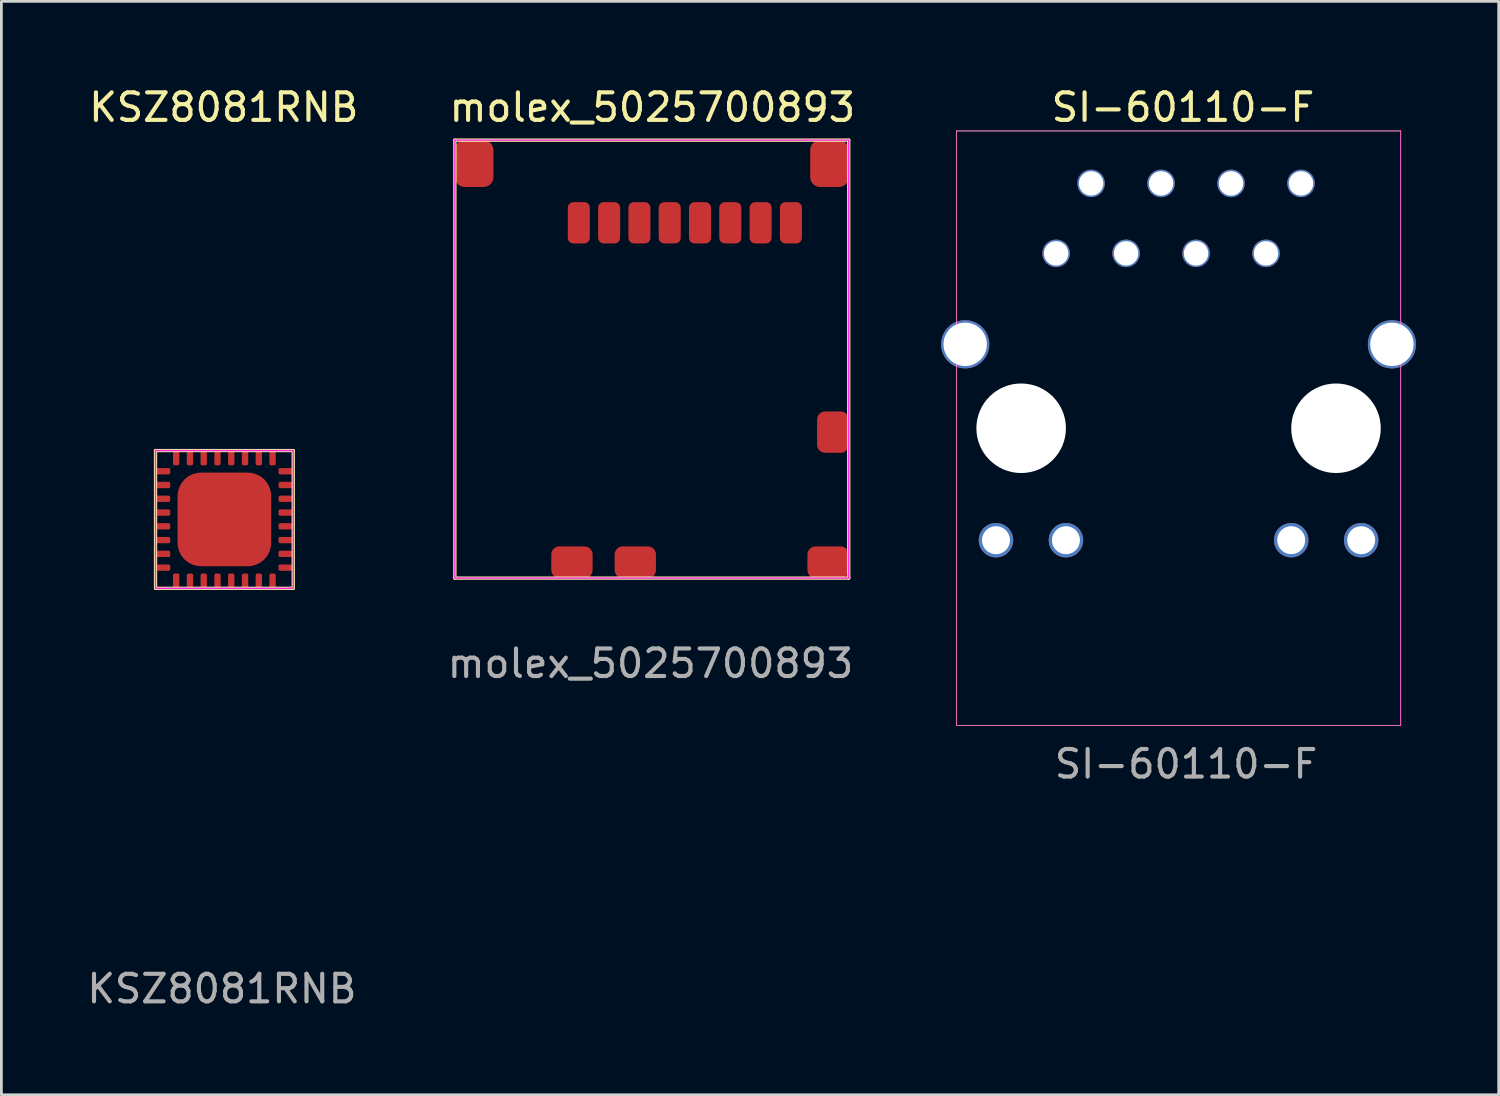
<source format=kicad_pcb>
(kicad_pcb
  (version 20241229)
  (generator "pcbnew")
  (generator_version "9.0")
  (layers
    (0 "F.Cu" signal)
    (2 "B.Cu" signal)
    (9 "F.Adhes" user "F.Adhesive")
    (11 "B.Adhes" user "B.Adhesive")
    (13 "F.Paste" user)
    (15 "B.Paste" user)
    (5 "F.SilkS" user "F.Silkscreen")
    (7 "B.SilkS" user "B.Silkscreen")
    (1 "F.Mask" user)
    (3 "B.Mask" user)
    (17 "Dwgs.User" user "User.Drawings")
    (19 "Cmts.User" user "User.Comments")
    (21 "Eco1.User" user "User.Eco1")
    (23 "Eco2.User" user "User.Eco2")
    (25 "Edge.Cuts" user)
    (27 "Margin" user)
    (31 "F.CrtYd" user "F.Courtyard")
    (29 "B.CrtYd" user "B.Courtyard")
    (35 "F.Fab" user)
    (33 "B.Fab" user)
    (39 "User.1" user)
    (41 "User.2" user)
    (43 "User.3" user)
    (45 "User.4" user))
  (footprint "SI-60110-F"
    (layer "F.Cu")
    (at 39.738 12.498)
    (property "Reference" "SI-60110-F" (at 0.16 -11.65 0) (unlocked yes) (layer "F.SilkS") (effects (font (size 1 1) (thickness 0.15))))
    (attr through_hole)
    (fp_line (start -8.065 -10.795) (end 8.065 -10.795) (stroke (width 0.03) (type solid)) (layer "F.SilkS"))
    (fp_line (start -8.065 10.795) (end -8.065 -10.795) (stroke (width 0.03) (type solid)) (layer "F.SilkS"))
    (fp_line (start -8.065 10.795) (end 8.065 10.795) (stroke (width 0.03) (type solid)) (layer "F.SilkS"))
    (fp_line (start 8.065 10.795) (end 8.065 -10.795) (stroke (width 0.03) (type solid)) (layer "F.SilkS"))
    (fp_line (start -8.065 -10.795) (end 8.065 -10.795) (stroke (width 0.02) (type solid)) (layer "F.CrtYd"))
    (fp_line (start -8.065 10.795) (end -8.065 -10.795) (stroke (width 0.02) (type solid)) (layer "F.CrtYd"))
    (fp_line (start -8.065 10.795) (end 8.065 10.795) (stroke (width 0.02) (type solid)) (layer "F.CrtYd"))
    (fp_line (start 8.065 10.795) (end 8.065 -10.795) (stroke (width 0.02) (type solid)) (layer "F.CrtYd"))
    (fp_text user "${REFERENCE}" (at 0.27 12.19 0) (unlocked yes) (layer "F.Fab") (effects (font (size 1 1) (thickness 0.15))))
    (pad "" np_thru_hole circle (at -5.715 0) (size 3.251 3.251) (drill 3.251) (layers "*.Cu" "*.Mask"))
    (pad "" np_thru_hole circle (at 5.715 0) (size 3.251 3.251) (drill 3.251) (layers "*.Cu" "*.Mask"))
    (pad "1" thru_hole circle (at -4.445 -6.35) (size 1 1) (drill 0.889) (layers "*.Cu" "*.Mask"))
    (pad "2" thru_hole circle (at -3.175 -8.89) (size 1 1) (drill 0.889) (layers "*.Cu" "*.Mask"))
    (pad "3" thru_hole circle (at -1.905 -6.35) (size 1 1) (drill 0.889) (layers "*.Cu" "*.Mask"))
    (pad "4" thru_hole circle (at -0.635 -8.89) (size 1 1) (drill 0.889) (layers "*.Cu" "*.Mask"))
    (pad "5" thru_hole circle (at 0.635 -6.35) (size 1 1) (drill 0.889) (layers "*.Cu" "*.Mask"))
    (pad "6" thru_hole circle (at 1.905 -8.89) (size 1 1) (drill 0.889) (layers "*.Cu" "*.Mask"))
    (pad "7" thru_hole circle (at 3.175 -6.35) (size 1 1) (drill 0.889) (layers "*.Cu" "*.Mask"))
    (pad "8" thru_hole circle (at 4.445 -8.89) (size 1 1) (drill 0.889) (layers "*.Cu" "*.Mask"))
    (pad "9" thru_hole circle (at -6.629 4.064) (size 1.25 1.25) (drill 1.016) (layers "*.Cu" "*.Mask"))
    (pad "10" thru_hole circle (at -4.089 4.064) (size 1.25 1.25) (drill 1.016) (layers "*.Cu" "*.Mask"))
    (pad "11" thru_hole circle (at 4.089 4.064) (size 1.25 1.25) (drill 1.016) (layers "*.Cu" "*.Mask"))
    (pad "12" thru_hole circle (at 6.629 4.064) (size 1.25 1.25) (drill 1.016) (layers "*.Cu" "*.Mask"))
    (pad "13" thru_hole circle (at -7.747 -3.048) (size 1.75 1.75) (drill 1.575) (layers "*.Cu" "*.Mask"))
    (pad "14" thru_hole circle (at 7.747 -3.048) (size 1.75 1.75) (drill 1.575) (layers "*.Cu" "*.Mask")))
  (footprint "KSZ8081RNB"
    (layer "F.Cu")
    (at 5.096 15.808)
    (property "Reference" "KSZ8081RNB" (at -0.02 -14.96 0) (unlocked yes) (layer "F.SilkS") (effects (font (size 1 1) (thickness 0.15))))
    (attr smd)
    (fp_line (start -2.5 -2.5) (end -2.5 2.5) (stroke (width 0.12) (type solid)) (layer "F.SilkS"))
    (fp_line (start -2.5 2.5) (end 2.5 2.5) (stroke (width 0.12) (type solid)) (layer "F.SilkS"))
    (fp_line (start 2.5 -2.5) (end -2.5 -2.5) (stroke (width 0.12) (type solid)) (layer "F.SilkS"))
    (fp_line (start 2.5 2.5) (end 2.5 -2.5) (stroke (width 0.12) (type solid)) (layer "F.SilkS"))
    (fp_line (start -2.5 -2.5) (end -2.5 2.5) (stroke (width 0.05) (type solid)) (layer "F.CrtYd"))
    (fp_line (start -2.5 2.5) (end 2.5 2.5) (stroke (width 0.05) (type solid)) (layer "F.CrtYd"))
    (fp_line (start 2.5 -2.5) (end -2.5 -2.5) (stroke (width 0.05) (type solid)) (layer "F.CrtYd"))
    (fp_line (start 2.5 2.5) (end 2.5 -2.5) (stroke (width 0.05) (type solid)) (layer "F.CrtYd"))
    (fp_text user "${REFERENCE}" (at -0.09 17.04 0) (unlocked yes) (layer "F.Fab") (effects (font (size 1 1) (thickness 0.15))))
    (pad "1" smd roundrect (at -2.215 -1.75) (size 0.5 0.23) (layers "F.Cu" "F.Mask" "F.Paste") (roundrect_rratio 0.25))
    (pad "2" smd roundrect (at -2.215 -1.25) (size 0.5 0.23) (layers "F.Cu" "F.Mask" "F.Paste") (roundrect_rratio 0.25))
    (pad "3" smd roundrect (at -2.215 -0.75) (size 0.5 0.23) (layers "F.Cu" "F.Mask" "F.Paste") (roundrect_rratio 0.25))
    (pad "4" smd roundrect (at -2.215 -0.25) (size 0.5 0.23) (layers "F.Cu" "F.Mask" "F.Paste") (roundrect_rratio 0.25))
    (pad "5" smd roundrect (at -2.215 0.25) (size 0.5 0.23) (layers "F.Cu" "F.Mask" "F.Paste") (roundrect_rratio 0.25))
    (pad "6" smd roundrect (at -2.215 0.75) (size 0.5 0.23) (layers "F.Cu" "F.Mask" "F.Paste") (roundrect_rratio 0.25))
    (pad "7" smd roundrect (at -2.215 1.25) (size 0.5 0.23) (layers "F.Cu" "F.Mask" "F.Paste") (roundrect_rratio 0.25))
    (pad "8" smd roundrect (at -2.215 1.75) (size 0.5 0.23) (layers "F.Cu" "F.Mask" "F.Paste") (roundrect_rratio 0.25))
    (pad "9" smd roundrect (at -1.75 2.215 90) (size 0.5 0.23) (layers "F.Cu" "F.Mask" "F.Paste") (roundrect_rratio 0.25))
    (pad "10" smd roundrect (at -1.25 2.215 90) (size 0.5 0.23) (layers "F.Cu" "F.Mask" "F.Paste") (roundrect_rratio 0.25))
    (pad "11" smd roundrect (at -0.75 2.215 90) (size 0.5 0.23) (layers "F.Cu" "F.Mask" "F.Paste") (roundrect_rratio 0.25))
    (pad "12" smd roundrect (at -0.25 2.215 90) (size 0.5 0.23) (layers "F.Cu" "F.Mask" "F.Paste") (roundrect_rratio 0.25))
    (pad "13" smd roundrect (at 0.25 2.215 90) (size 0.5 0.23) (layers "F.Cu" "F.Mask" "F.Paste") (roundrect_rratio 0.25))
    (pad "14" smd roundrect (at 0.75 2.215 90) (size 0.5 0.23) (layers "F.Cu" "F.Mask" "F.Paste") (roundrect_rratio 0.25))
    (pad "15" smd roundrect (at 1.25 2.215 90) (size 0.5 0.23) (layers "F.Cu" "F.Mask" "F.Paste") (roundrect_rratio 0.25))
    (pad "16" smd roundrect (at 1.75 2.215 90) (size 0.5 0.23) (layers "F.Cu" "F.Mask" "F.Paste") (roundrect_rratio 0.25))
    (pad "17" smd roundrect (at 2.215 1.75) (size 0.5 0.23) (layers "F.Cu" "F.Mask" "F.Paste") (roundrect_rratio 0.25))
    (pad "18" smd roundrect (at 2.215 1.25) (size 0.5 0.23) (layers "F.Cu" "F.Mask" "F.Paste") (roundrect_rratio 0.25))
    (pad "19" smd roundrect (at 2.215 0.75) (size 0.5 0.23) (layers "F.Cu" "F.Mask" "F.Paste") (roundrect_rratio 0.25))
    (pad "20" smd roundrect (at 2.215 0.25) (size 0.5 0.23) (layers "F.Cu" "F.Mask" "F.Paste") (roundrect_rratio 0.25))
    (pad "21" smd roundrect (at 2.215 -0.25) (size 0.5 0.23) (layers "F.Cu" "F.Mask" "F.Paste") (roundrect_rratio 0.25))
    (pad "22" smd roundrect (at 2.215 -0.75) (size 0.5 0.23) (layers "F.Cu" "F.Mask" "F.Paste") (roundrect_rratio 0.25))
    (pad "23" smd roundrect (at 2.215 -1.25) (size 0.5 0.23) (layers "F.Cu" "F.Mask" "F.Paste") (roundrect_rratio 0.25))
    (pad "24" smd roundrect (at 2.215 -1.75) (size 0.5 0.23) (layers "F.Cu" "F.Mask" "F.Paste") (roundrect_rratio 0.25))
    (pad "25" smd roundrect (at 1.75 -2.215 90) (size 0.5 0.23) (layers "F.Cu" "F.Mask" "F.Paste") (roundrect_rratio 0.25))
    (pad "26" smd roundrect (at 1.25 -2.215 90) (size 0.5 0.23) (layers "F.Cu" "F.Mask" "F.Paste") (roundrect_rratio 0.25))
    (pad "27" smd roundrect (at 0.75 -2.215 90) (size 0.5 0.23) (layers "F.Cu" "F.Mask" "F.Paste") (roundrect_rratio 0.25))
    (pad "28" smd roundrect (at 0.25 -2.215 90) (size 0.5 0.23) (layers "F.Cu" "F.Mask" "F.Paste") (roundrect_rratio 0.25))
    (pad "29" smd roundrect (at -0.25 -2.215 90) (size 0.5 0.23) (layers "F.Cu" "F.Mask" "F.Paste") (roundrect_rratio 0.25))
    (pad "30" smd roundrect (at -0.75 -2.215 90) (size 0.5 0.23) (layers "F.Cu" "F.Mask" "F.Paste") (roundrect_rratio 0.25))
    (pad "31" smd roundrect (at -1.25 -2.215 90) (size 0.5 0.23) (layers "F.Cu" "F.Mask" "F.Paste") (roundrect_rratio 0.25))
    (pad "32" smd roundrect (at -1.75 -2.215 90) (size 0.5 0.23) (layers "F.Cu" "F.Mask" "F.Paste") (roundrect_rratio 0.25))
    (pad "33" smd roundrect (at 0 0) (size 3.4 3.4) (layers "F.Cu" "F.Mask" "F.Paste") (roundrect_rratio 0.25)))
  (footprint "molex_5025700893"
    (layer "F.Cu")
    (at 20.614 9.988)
    (property "Reference" "molex_5025700893" (at 0.02 -9.14 0) (unlocked yes) (layer "F.SilkS") (effects (font (size 1 1) (thickness 0.15))))
    (attr smd)
    (fp_line (start -7.15 -7.95) (end -7.15 7.95) (stroke (width 0.12) (type solid)) (layer "F.SilkS"))
    (fp_line (start -7.15 -7.95) (end 7.15 -7.95) (stroke (width 0.12) (type solid)) (layer "F.SilkS"))
    (fp_line (start -7.15 7.95) (end 7.15 7.95) (stroke (width 0.12) (type solid)) (layer "F.SilkS"))
    (fp_line (start 7.15 7.95) (end 7.15 -7.95) (stroke (width 0.12) (type solid)) (layer "F.SilkS"))
    (fp_line (start -7.15 -7.95) (end 7.15 -7.95) (stroke (width 0.05) (type solid)) (layer "F.CrtYd"))
    (fp_line (start -7.15 7.95) (end -7.15 -7.95) (stroke (width 0.05) (type solid)) (layer "F.CrtYd"))
    (fp_line (start 7.15 -7.95) (end 7.15 7.95) (stroke (width 0.05) (type solid)) (layer "F.CrtYd"))
    (fp_line (start 7.15 7.95) (end -7.15 7.95) (stroke (width 0.05) (type solid)) (layer "F.CrtYd"))
    (fp_text user "${REFERENCE}" (at -0.05 11.05 0) (unlocked yes) (layer "F.Fab") (effects (font (size 1 1) (thickness 0.15))))
    (pad "1" smd roundrect (at -2.65 -4.95) (size 0.8 1.5) (layers "F.Cu" "F.Mask" "F.Paste") (roundrect_rratio 0.25))
    (pad "2" smd roundrect (at -1.55 -4.95) (size 0.8 1.5) (layers "F.Cu" "F.Mask" "F.Paste") (roundrect_rratio 0.25))
    (pad "3" smd roundrect (at -0.45 -4.95) (size 0.8 1.5) (layers "F.Cu" "F.Mask" "F.Paste") (roundrect_rratio 0.25))
    (pad "4" smd roundrect (at 0.65 -4.95) (size 0.8 1.5) (layers "F.Cu" "F.Mask" "F.Paste") (roundrect_rratio 0.25))
    (pad "5" smd roundrect (at 1.75 -4.95) (size 0.8 1.5) (layers "F.Cu" "F.Mask" "F.Paste") (roundrect_rratio 0.25))
    (pad "6" smd roundrect (at 2.85 -4.95) (size 0.8 1.5) (layers "F.Cu" "F.Mask" "F.Paste") (roundrect_rratio 0.25))
    (pad "7" smd roundrect (at 3.95 -4.95) (size 0.8 1.5) (layers "F.Cu" "F.Mask" "F.Paste") (roundrect_rratio 0.25))
    (pad "8" smd roundrect (at 5.05 -4.95) (size 0.8 1.5) (layers "F.Cu" "F.Mask" "F.Paste") (roundrect_rratio 0.25))
    (pad "9" smd roundrect (at 6.575 2.65) (size 1.15 1.5) (layers "F.Cu" "F.Mask" "F.Paste") (roundrect_rratio 0.25))
    (pad "10" smd roundrect (at -0.6 7.375) (size 1.5 1.15) (layers "F.Cu" "F.Mask" "F.Paste") (roundrect_rratio 0.25))
    (pad "11" smd roundrect (at -6.45 -7.1) (size 1.4 1.7) (layers "F.Cu" "F.Mask" "F.Paste") (roundrect_rratio 0.25))
    (pad "12" smd roundrect (at 6.45 -7.1) (size 1.4 1.7) (layers "F.Cu" "F.Mask" "F.Paste") (roundrect_rratio 0.25))
    (pad "13" smd roundrect (at 6.4 7.375) (size 1.5 1.15) (layers "F.Cu" "F.Mask" "F.Paste") (roundrect_rratio 0.25))
    (pad "14" smd roundrect (at -2.9 7.375) (size 1.5 1.15) (layers "F.Cu" "F.Mask" "F.Paste") (roundrect_rratio 0.25)))
  (gr_rect
    (start -3 -3)
    (end 51.36 36.697)
    (stroke (width 0.1) (type default))
    (fill no)
    (layer "Edge.Cuts")))
</source>
